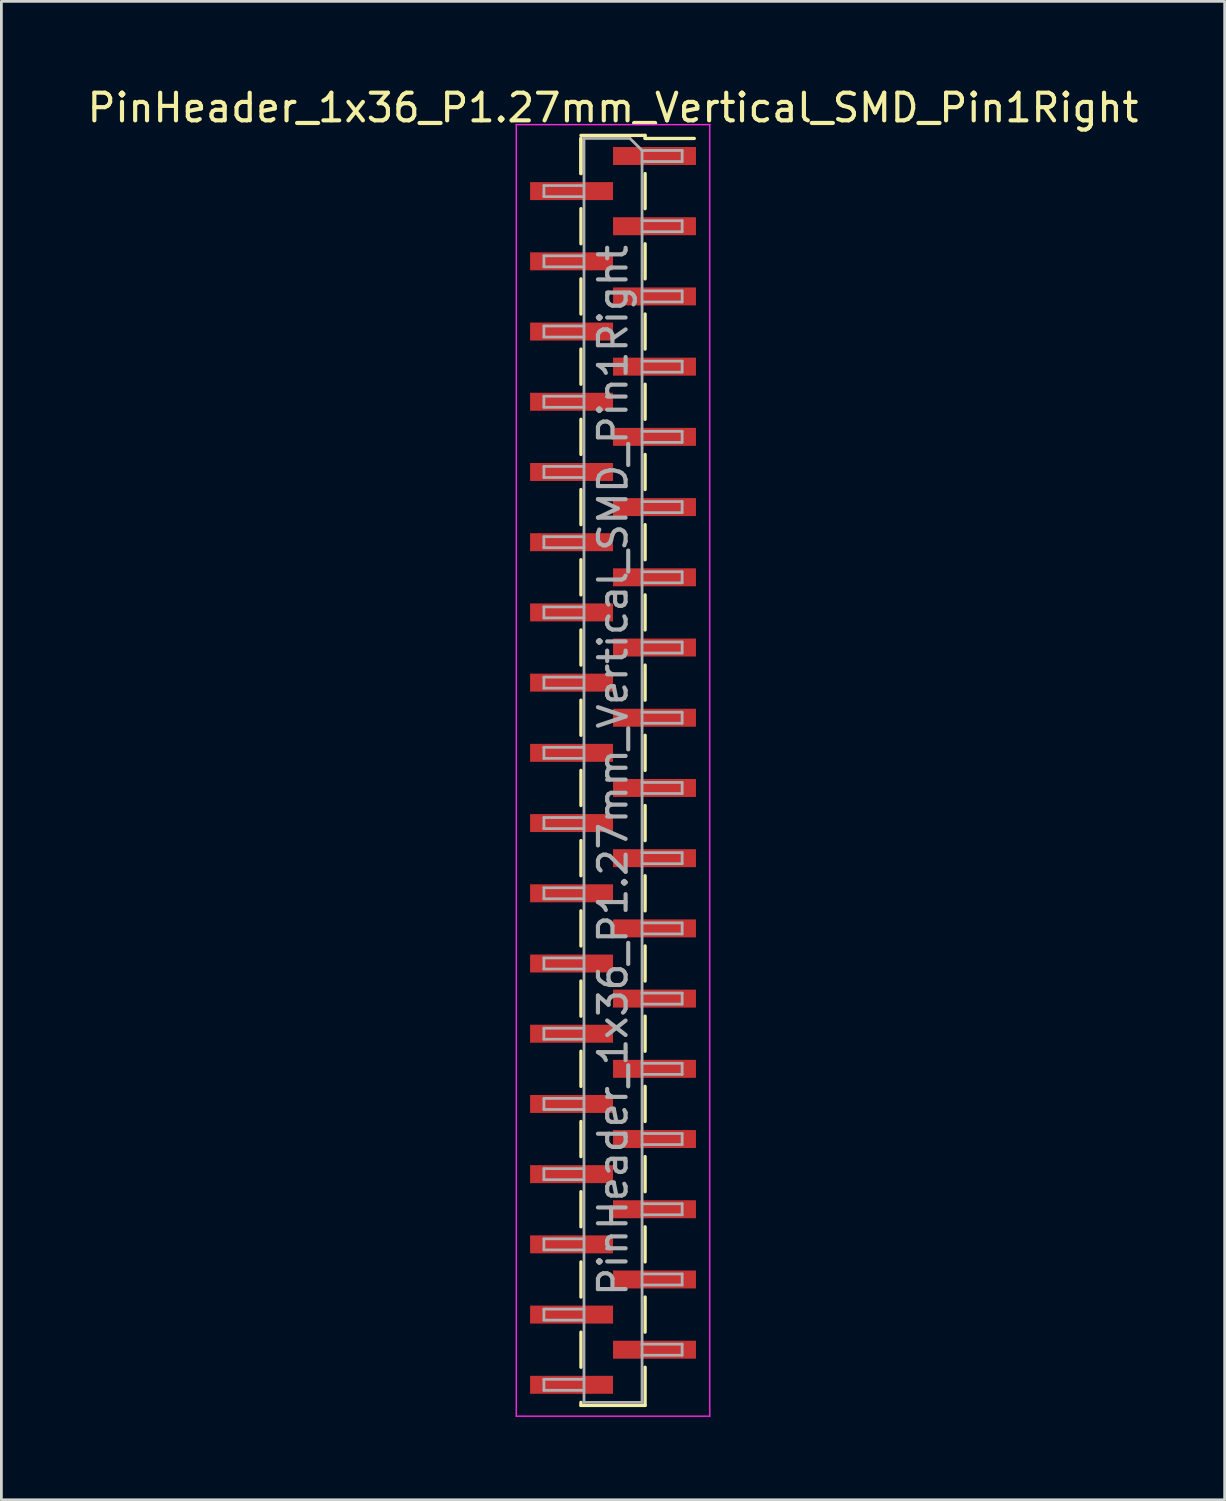
<source format=kicad_pcb>
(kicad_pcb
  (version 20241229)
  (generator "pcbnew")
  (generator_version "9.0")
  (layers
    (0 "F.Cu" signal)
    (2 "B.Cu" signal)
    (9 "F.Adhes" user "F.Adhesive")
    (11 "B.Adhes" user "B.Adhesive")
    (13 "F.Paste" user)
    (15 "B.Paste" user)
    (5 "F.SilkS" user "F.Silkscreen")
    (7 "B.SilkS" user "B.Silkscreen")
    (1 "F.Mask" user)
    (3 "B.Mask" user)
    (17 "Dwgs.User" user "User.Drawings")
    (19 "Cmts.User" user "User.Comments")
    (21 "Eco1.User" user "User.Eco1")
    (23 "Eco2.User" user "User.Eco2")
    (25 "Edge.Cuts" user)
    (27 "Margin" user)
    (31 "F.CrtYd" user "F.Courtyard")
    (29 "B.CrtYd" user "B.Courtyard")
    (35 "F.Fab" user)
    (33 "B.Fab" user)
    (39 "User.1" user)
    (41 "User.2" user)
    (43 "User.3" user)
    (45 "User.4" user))
  (footprint "PinHeader_1x36_P1.27mm_Vertical_SMD_Pin1Right"
    (layer "F.Cu")
    (at 19.125 24.818)
    (property "Reference" "PinHeader_1x36_P1.27mm_Vertical_SMD_Pin1Right" (at 0 -23.97 0) (layer "F.SilkS") (effects (font (size 1 1) (thickness 0.15))))
    (attr smd)
    (fp_line (start -1.16 -22.97) (end 1.16 -22.97) (stroke (width 0.12) (type solid)) (layer "F.SilkS"))
    (fp_line (start -1.16 -22.86) (end -1.16 -21.59) (stroke (width 0.12) (type solid)) (layer "F.SilkS"))
    (fp_line (start -1.16 -22.86) (end -1.16 -21.59) (stroke (width 0.12) (type solid)) (layer "F.SilkS"))
    (fp_line (start -1.16 -20.32) (end -1.16 -19.05) (stroke (width 0.12) (type solid)) (layer "F.SilkS"))
    (fp_line (start -1.16 -17.78) (end -1.16 -16.51) (stroke (width 0.12) (type solid)) (layer "F.SilkS"))
    (fp_line (start -1.16 -15.24) (end -1.16 -13.97) (stroke (width 0.12) (type solid)) (layer "F.SilkS"))
    (fp_line (start -1.16 -12.7) (end -1.16 -11.43) (stroke (width 0.12) (type solid)) (layer "F.SilkS"))
    (fp_line (start -1.16 -10.16) (end -1.16 -8.89) (stroke (width 0.12) (type solid)) (layer "F.SilkS"))
    (fp_line (start -1.16 -7.62) (end -1.16 -6.35) (stroke (width 0.12) (type solid)) (layer "F.SilkS"))
    (fp_line (start -1.16 -5.08) (end -1.16 -3.81) (stroke (width 0.12) (type solid)) (layer "F.SilkS"))
    (fp_line (start -1.16 -2.54) (end -1.16 -1.27) (stroke (width 0.12) (type solid)) (layer "F.SilkS"))
    (fp_line (start -1.16 0) (end -1.16 1.27) (stroke (width 0.12) (type solid)) (layer "F.SilkS"))
    (fp_line (start -1.16 2.54) (end -1.16 3.81) (stroke (width 0.12) (type solid)) (layer "F.SilkS"))
    (fp_line (start -1.16 5.08) (end -1.16 6.35) (stroke (width 0.12) (type solid)) (layer "F.SilkS"))
    (fp_line (start -1.16 7.62) (end -1.16 8.89) (stroke (width 0.12) (type solid)) (layer "F.SilkS"))
    (fp_line (start -1.16 10.16) (end -1.16 11.43) (stroke (width 0.12) (type solid)) (layer "F.SilkS"))
    (fp_line (start -1.16 12.7) (end -1.16 13.97) (stroke (width 0.12) (type solid)) (layer "F.SilkS"))
    (fp_line (start -1.16 15.24) (end -1.16 16.51) (stroke (width 0.12) (type solid)) (layer "F.SilkS"))
    (fp_line (start -1.16 17.78) (end -1.16 19.05) (stroke (width 0.12) (type solid)) (layer "F.SilkS"))
    (fp_line (start -1.16 20.32) (end -1.16 21.59) (stroke (width 0.12) (type solid)) (layer "F.SilkS"))
    (fp_line (start -1.16 22.86) (end -1.16 22.97) (stroke (width 0.12) (type solid)) (layer "F.SilkS"))
    (fp_line (start -1.16 22.97) (end 1.16 22.97) (stroke (width 0.12) (type solid)) (layer "F.SilkS"))
    (fp_line (start 1.16 -22.97) (end 1.16 -22.86) (stroke (width 0.12) (type solid)) (layer "F.SilkS"))
    (fp_line (start 1.16 -22.86) (end 2.94 -22.86) (stroke (width 0.12) (type solid)) (layer "F.SilkS"))
    (fp_line (start 1.16 -21.59) (end 1.16 -20.32) (stroke (width 0.12) (type solid)) (layer "F.SilkS"))
    (fp_line (start 1.16 -19.05) (end 1.16 -17.78) (stroke (width 0.12) (type solid)) (layer "F.SilkS"))
    (fp_line (start 1.16 -16.51) (end 1.16 -15.24) (stroke (width 0.12) (type solid)) (layer "F.SilkS"))
    (fp_line (start 1.16 -13.97) (end 1.16 -12.7) (stroke (width 0.12) (type solid)) (layer "F.SilkS"))
    (fp_line (start 1.16 -11.43) (end 1.16 -10.16) (stroke (width 0.12) (type solid)) (layer "F.SilkS"))
    (fp_line (start 1.16 -8.89) (end 1.16 -7.62) (stroke (width 0.12) (type solid)) (layer "F.SilkS"))
    (fp_line (start 1.16 -6.35) (end 1.16 -5.08) (stroke (width 0.12) (type solid)) (layer "F.SilkS"))
    (fp_line (start 1.16 -3.81) (end 1.16 -2.54) (stroke (width 0.12) (type solid)) (layer "F.SilkS"))
    (fp_line (start 1.16 -1.27) (end 1.16 0) (stroke (width 0.12) (type solid)) (layer "F.SilkS"))
    (fp_line (start 1.16 1.27) (end 1.16 2.54) (stroke (width 0.12) (type solid)) (layer "F.SilkS"))
    (fp_line (start 1.16 3.81) (end 1.16 5.08) (stroke (width 0.12) (type solid)) (layer "F.SilkS"))
    (fp_line (start 1.16 6.35) (end 1.16 7.62) (stroke (width 0.12) (type solid)) (layer "F.SilkS"))
    (fp_line (start 1.16 8.89) (end 1.16 10.16) (stroke (width 0.12) (type solid)) (layer "F.SilkS"))
    (fp_line (start 1.16 11.43) (end 1.16 12.7) (stroke (width 0.12) (type solid)) (layer "F.SilkS"))
    (fp_line (start 1.16 13.97) (end 1.16 15.24) (stroke (width 0.12) (type solid)) (layer "F.SilkS"))
    (fp_line (start 1.16 16.51) (end 1.16 17.78) (stroke (width 0.12) (type solid)) (layer "F.SilkS"))
    (fp_line (start 1.16 19.05) (end 1.16 20.32) (stroke (width 0.12) (type solid)) (layer "F.SilkS"))
    (fp_line (start 1.16 21.59) (end 1.16 22.97) (stroke (width 0.12) (type solid)) (layer "F.SilkS"))
    (fp_line (start -3.5 -23.36) (end -3.5 23.36) (stroke (width 0.05) (type solid)) (layer "F.CrtYd"))
    (fp_line (start -3.5 23.36) (end 3.5 23.36) (stroke (width 0.05) (type solid)) (layer "F.CrtYd"))
    (fp_line (start 3.5 -23.36) (end -3.5 -23.36) (stroke (width 0.05) (type solid)) (layer "F.CrtYd"))
    (fp_line (start 3.5 23.36) (end 3.5 -23.36) (stroke (width 0.05) (type solid)) (layer "F.CrtYd"))
    (fp_line (start -2.5 -21.155) (end -2.5 -20.755) (stroke (width 0.1) (type solid)) (layer "F.Fab"))
    (fp_line (start -2.5 -20.755) (end -1.05 -20.755) (stroke (width 0.1) (type solid)) (layer "F.Fab"))
    (fp_line (start -2.5 -18.615) (end -2.5 -18.215) (stroke (width 0.1) (type solid)) (layer "F.Fab"))
    (fp_line (start -2.5 -18.215) (end -1.05 -18.215) (stroke (width 0.1) (type solid)) (layer "F.Fab"))
    (fp_line (start -2.5 -16.075) (end -2.5 -15.675) (stroke (width 0.1) (type solid)) (layer "F.Fab"))
    (fp_line (start -2.5 -15.675) (end -1.05 -15.675) (stroke (width 0.1) (type solid)) (layer "F.Fab"))
    (fp_line (start -2.5 -13.535) (end -2.5 -13.135) (stroke (width 0.1) (type solid)) (layer "F.Fab"))
    (fp_line (start -2.5 -13.135) (end -1.05 -13.135) (stroke (width 0.1) (type solid)) (layer "F.Fab"))
    (fp_line (start -2.5 -10.995) (end -2.5 -10.595) (stroke (width 0.1) (type solid)) (layer "F.Fab"))
    (fp_line (start -2.5 -10.595) (end -1.05 -10.595) (stroke (width 0.1) (type solid)) (layer "F.Fab"))
    (fp_line (start -2.5 -8.455) (end -2.5 -8.055) (stroke (width 0.1) (type solid)) (layer "F.Fab"))
    (fp_line (start -2.5 -8.055) (end -1.05 -8.055) (stroke (width 0.1) (type solid)) (layer "F.Fab"))
    (fp_line (start -2.5 -5.915) (end -2.5 -5.515) (stroke (width 0.1) (type solid)) (layer "F.Fab"))
    (fp_line (start -2.5 -5.515) (end -1.05 -5.515) (stroke (width 0.1) (type solid)) (layer "F.Fab"))
    (fp_line (start -2.5 -3.375) (end -2.5 -2.975) (stroke (width 0.1) (type solid)) (layer "F.Fab"))
    (fp_line (start -2.5 -2.975) (end -1.05 -2.975) (stroke (width 0.1) (type solid)) (layer "F.Fab"))
    (fp_line (start -2.5 -0.835) (end -2.5 -0.435) (stroke (width 0.1) (type solid)) (layer "F.Fab"))
    (fp_line (start -2.5 -0.435) (end -1.05 -0.435) (stroke (width 0.1) (type solid)) (layer "F.Fab"))
    (fp_line (start -2.5 1.705) (end -2.5 2.105) (stroke (width 0.1) (type solid)) (layer "F.Fab"))
    (fp_line (start -2.5 2.105) (end -1.05 2.105) (stroke (width 0.1) (type solid)) (layer "F.Fab"))
    (fp_line (start -2.5 4.245) (end -2.5 4.645) (stroke (width 0.1) (type solid)) (layer "F.Fab"))
    (fp_line (start -2.5 4.645) (end -1.05 4.645) (stroke (width 0.1) (type solid)) (layer "F.Fab"))
    (fp_line (start -2.5 6.785) (end -2.5 7.185) (stroke (width 0.1) (type solid)) (layer "F.Fab"))
    (fp_line (start -2.5 7.185) (end -1.05 7.185) (stroke (width 0.1) (type solid)) (layer "F.Fab"))
    (fp_line (start -2.5 9.325) (end -2.5 9.725) (stroke (width 0.1) (type solid)) (layer "F.Fab"))
    (fp_line (start -2.5 9.725) (end -1.05 9.725) (stroke (width 0.1) (type solid)) (layer "F.Fab"))
    (fp_line (start -2.5 11.865) (end -2.5 12.265) (stroke (width 0.1) (type solid)) (layer "F.Fab"))
    (fp_line (start -2.5 12.265) (end -1.05 12.265) (stroke (width 0.1) (type solid)) (layer "F.Fab"))
    (fp_line (start -2.5 14.405) (end -2.5 14.805) (stroke (width 0.1) (type solid)) (layer "F.Fab"))
    (fp_line (start -2.5 14.805) (end -1.05 14.805) (stroke (width 0.1) (type solid)) (layer "F.Fab"))
    (fp_line (start -2.5 16.945) (end -2.5 17.345) (stroke (width 0.1) (type solid)) (layer "F.Fab"))
    (fp_line (start -2.5 17.345) (end -1.05 17.345) (stroke (width 0.1) (type solid)) (layer "F.Fab"))
    (fp_line (start -2.5 19.485) (end -2.5 19.885) (stroke (width 0.1) (type solid)) (layer "F.Fab"))
    (fp_line (start -2.5 19.885) (end -1.05 19.885) (stroke (width 0.1) (type solid)) (layer "F.Fab"))
    (fp_line (start -2.5 22.025) (end -2.5 22.425) (stroke (width 0.1) (type solid)) (layer "F.Fab"))
    (fp_line (start -2.5 22.425) (end -1.05 22.425) (stroke (width 0.1) (type solid)) (layer "F.Fab"))
    (fp_line (start -1.05 -22.86) (end -1.05 22.86) (stroke (width 0.1) (type solid)) (layer "F.Fab"))
    (fp_line (start -1.05 -22.86) (end 0.615 -22.86) (stroke (width 0.1) (type solid)) (layer "F.Fab"))
    (fp_line (start -1.05 -21.155) (end -2.5 -21.155) (stroke (width 0.1) (type solid)) (layer "F.Fab"))
    (fp_line (start -1.05 -18.615) (end -2.5 -18.615) (stroke (width 0.1) (type solid)) (layer "F.Fab"))
    (fp_line (start -1.05 -16.075) (end -2.5 -16.075) (stroke (width 0.1) (type solid)) (layer "F.Fab"))
    (fp_line (start -1.05 -13.535) (end -2.5 -13.535) (stroke (width 0.1) (type solid)) (layer "F.Fab"))
    (fp_line (start -1.05 -10.995) (end -2.5 -10.995) (stroke (width 0.1) (type solid)) (layer "F.Fab"))
    (fp_line (start -1.05 -8.455) (end -2.5 -8.455) (stroke (width 0.1) (type solid)) (layer "F.Fab"))
    (fp_line (start -1.05 -5.915) (end -2.5 -5.915) (stroke (width 0.1) (type solid)) (layer "F.Fab"))
    (fp_line (start -1.05 -3.375) (end -2.5 -3.375) (stroke (width 0.1) (type solid)) (layer "F.Fab"))
    (fp_line (start -1.05 -0.835) (end -2.5 -0.835) (stroke (width 0.1) (type solid)) (layer "F.Fab"))
    (fp_line (start -1.05 1.705) (end -2.5 1.705) (stroke (width 0.1) (type solid)) (layer "F.Fab"))
    (fp_line (start -1.05 4.245) (end -2.5 4.245) (stroke (width 0.1) (type solid)) (layer "F.Fab"))
    (fp_line (start -1.05 6.785) (end -2.5 6.785) (stroke (width 0.1) (type solid)) (layer "F.Fab"))
    (fp_line (start -1.05 9.325) (end -2.5 9.325) (stroke (width 0.1) (type solid)) (layer "F.Fab"))
    (fp_line (start -1.05 11.865) (end -2.5 11.865) (stroke (width 0.1) (type solid)) (layer "F.Fab"))
    (fp_line (start -1.05 14.405) (end -2.5 14.405) (stroke (width 0.1) (type solid)) (layer "F.Fab"))
    (fp_line (start -1.05 16.945) (end -2.5 16.945) (stroke (width 0.1) (type solid)) (layer "F.Fab"))
    (fp_line (start -1.05 19.485) (end -2.5 19.485) (stroke (width 0.1) (type solid)) (layer "F.Fab"))
    (fp_line (start -1.05 22.025) (end -2.5 22.025) (stroke (width 0.1) (type solid)) (layer "F.Fab"))
    (fp_line (start 1.05 -22.425) (end 0.615 -22.86) (stroke (width 0.1) (type solid)) (layer "F.Fab"))
    (fp_line (start 1.05 -22.425) (end 2.5 -22.425) (stroke (width 0.1) (type solid)) (layer "F.Fab"))
    (fp_line (start 1.05 -19.885) (end 2.5 -19.885) (stroke (width 0.1) (type solid)) (layer "F.Fab"))
    (fp_line (start 1.05 -17.345) (end 2.5 -17.345) (stroke (width 0.1) (type solid)) (layer "F.Fab"))
    (fp_line (start 1.05 -14.805) (end 2.5 -14.805) (stroke (width 0.1) (type solid)) (layer "F.Fab"))
    (fp_line (start 1.05 -12.265) (end 2.5 -12.265) (stroke (width 0.1) (type solid)) (layer "F.Fab"))
    (fp_line (start 1.05 -9.725) (end 2.5 -9.725) (stroke (width 0.1) (type solid)) (layer "F.Fab"))
    (fp_line (start 1.05 -7.185) (end 2.5 -7.185) (stroke (width 0.1) (type solid)) (layer "F.Fab"))
    (fp_line (start 1.05 -4.645) (end 2.5 -4.645) (stroke (width 0.1) (type solid)) (layer "F.Fab"))
    (fp_line (start 1.05 -2.105) (end 2.5 -2.105) (stroke (width 0.1) (type solid)) (layer "F.Fab"))
    (fp_line (start 1.05 0.435) (end 2.5 0.435) (stroke (width 0.1) (type solid)) (layer "F.Fab"))
    (fp_line (start 1.05 2.975) (end 2.5 2.975) (stroke (width 0.1) (type solid)) (layer "F.Fab"))
    (fp_line (start 1.05 5.515) (end 2.5 5.515) (stroke (width 0.1) (type solid)) (layer "F.Fab"))
    (fp_line (start 1.05 8.055) (end 2.5 8.055) (stroke (width 0.1) (type solid)) (layer "F.Fab"))
    (fp_line (start 1.05 10.595) (end 2.5 10.595) (stroke (width 0.1) (type solid)) (layer "F.Fab"))
    (fp_line (start 1.05 13.135) (end 2.5 13.135) (stroke (width 0.1) (type solid)) (layer "F.Fab"))
    (fp_line (start 1.05 15.675) (end 2.5 15.675) (stroke (width 0.1) (type solid)) (layer "F.Fab"))
    (fp_line (start 1.05 18.215) (end 2.5 18.215) (stroke (width 0.1) (type solid)) (layer "F.Fab"))
    (fp_line (start 1.05 20.755) (end 2.5 20.755) (stroke (width 0.1) (type solid)) (layer "F.Fab"))
    (fp_line (start 1.05 22.86) (end -1.05 22.86) (stroke (width 0.1) (type solid)) (layer "F.Fab"))
    (fp_line (start 1.05 22.86) (end 1.05 -22.425) (stroke (width 0.1) (type solid)) (layer "F.Fab"))
    (fp_line (start 2.5 -22.425) (end 2.5 -22.025) (stroke (width 0.1) (type solid)) (layer "F.Fab"))
    (fp_line (start 2.5 -22.025) (end 1.05 -22.025) (stroke (width 0.1) (type solid)) (layer "F.Fab"))
    (fp_line (start 2.5 -19.885) (end 2.5 -19.485) (stroke (width 0.1) (type solid)) (layer "F.Fab"))
    (fp_line (start 2.5 -19.485) (end 1.05 -19.485) (stroke (width 0.1) (type solid)) (layer "F.Fab"))
    (fp_line (start 2.5 -17.345) (end 2.5 -16.945) (stroke (width 0.1) (type solid)) (layer "F.Fab"))
    (fp_line (start 2.5 -16.945) (end 1.05 -16.945) (stroke (width 0.1) (type solid)) (layer "F.Fab"))
    (fp_line (start 2.5 -14.805) (end 2.5 -14.405) (stroke (width 0.1) (type solid)) (layer "F.Fab"))
    (fp_line (start 2.5 -14.405) (end 1.05 -14.405) (stroke (width 0.1) (type solid)) (layer "F.Fab"))
    (fp_line (start 2.5 -12.265) (end 2.5 -11.865) (stroke (width 0.1) (type solid)) (layer "F.Fab"))
    (fp_line (start 2.5 -11.865) (end 1.05 -11.865) (stroke (width 0.1) (type solid)) (layer "F.Fab"))
    (fp_line (start 2.5 -9.725) (end 2.5 -9.325) (stroke (width 0.1) (type solid)) (layer "F.Fab"))
    (fp_line (start 2.5 -9.325) (end 1.05 -9.325) (stroke (width 0.1) (type solid)) (layer "F.Fab"))
    (fp_line (start 2.5 -7.185) (end 2.5 -6.785) (stroke (width 0.1) (type solid)) (layer "F.Fab"))
    (fp_line (start 2.5 -6.785) (end 1.05 -6.785) (stroke (width 0.1) (type solid)) (layer "F.Fab"))
    (fp_line (start 2.5 -4.645) (end 2.5 -4.245) (stroke (width 0.1) (type solid)) (layer "F.Fab"))
    (fp_line (start 2.5 -4.245) (end 1.05 -4.245) (stroke (width 0.1) (type solid)) (layer "F.Fab"))
    (fp_line (start 2.5 -2.105) (end 2.5 -1.705) (stroke (width 0.1) (type solid)) (layer "F.Fab"))
    (fp_line (start 2.5 -1.705) (end 1.05 -1.705) (stroke (width 0.1) (type solid)) (layer "F.Fab"))
    (fp_line (start 2.5 0.435) (end 2.5 0.835) (stroke (width 0.1) (type solid)) (layer "F.Fab"))
    (fp_line (start 2.5 0.835) (end 1.05 0.835) (stroke (width 0.1) (type solid)) (layer "F.Fab"))
    (fp_line (start 2.5 2.975) (end 2.5 3.375) (stroke (width 0.1) (type solid)) (layer "F.Fab"))
    (fp_line (start 2.5 3.375) (end 1.05 3.375) (stroke (width 0.1) (type solid)) (layer "F.Fab"))
    (fp_line (start 2.5 5.515) (end 2.5 5.915) (stroke (width 0.1) (type solid)) (layer "F.Fab"))
    (fp_line (start 2.5 5.915) (end 1.05 5.915) (stroke (width 0.1) (type solid)) (layer "F.Fab"))
    (fp_line (start 2.5 8.055) (end 2.5 8.455) (stroke (width 0.1) (type solid)) (layer "F.Fab"))
    (fp_line (start 2.5 8.455) (end 1.05 8.455) (stroke (width 0.1) (type solid)) (layer "F.Fab"))
    (fp_line (start 2.5 10.595) (end 2.5 10.995) (stroke (width 0.1) (type solid)) (layer "F.Fab"))
    (fp_line (start 2.5 10.995) (end 1.05 10.995) (stroke (width 0.1) (type solid)) (layer "F.Fab"))
    (fp_line (start 2.5 13.135) (end 2.5 13.535) (stroke (width 0.1) (type solid)) (layer "F.Fab"))
    (fp_line (start 2.5 13.535) (end 1.05 13.535) (stroke (width 0.1) (type solid)) (layer "F.Fab"))
    (fp_line (start 2.5 15.675) (end 2.5 16.075) (stroke (width 0.1) (type solid)) (layer "F.Fab"))
    (fp_line (start 2.5 16.075) (end 1.05 16.075) (stroke (width 0.1) (type solid)) (layer "F.Fab"))
    (fp_line (start 2.5 18.215) (end 2.5 18.615) (stroke (width 0.1) (type solid)) (layer "F.Fab"))
    (fp_line (start 2.5 18.615) (end 1.05 18.615) (stroke (width 0.1) (type solid)) (layer "F.Fab"))
    (fp_line (start 2.5 20.755) (end 2.5 21.155) (stroke (width 0.1) (type solid)) (layer "F.Fab"))
    (fp_line (start 2.5 21.155) (end 1.05 21.155) (stroke (width 0.1) (type solid)) (layer "F.Fab"))
    (fp_text user "${REFERENCE}" (at 0 0 90) (layer "F.Fab") (effects (font (size 1 1) (thickness 0.15))))
    (pad "1" smd rect (at 1.5 -22.225) (size 3 0.65) (layers "F.Cu" "F.Mask" "F.Paste"))
    (pad "2" smd rect (at -1.5 -20.955) (size 3 0.65) (layers "F.Cu" "F.Mask" "F.Paste"))
    (pad "3" smd rect (at 1.5 -19.685) (size 3 0.65) (layers "F.Cu" "F.Mask" "F.Paste"))
    (pad "4" smd rect (at -1.5 -18.415) (size 3 0.65) (layers "F.Cu" "F.Mask" "F.Paste"))
    (pad "5" smd rect (at 1.5 -17.145) (size 3 0.65) (layers "F.Cu" "F.Mask" "F.Paste"))
    (pad "6" smd rect (at -1.5 -15.875) (size 3 0.65) (layers "F.Cu" "F.Mask" "F.Paste"))
    (pad "7" smd rect (at 1.5 -14.605) (size 3 0.65) (layers "F.Cu" "F.Mask" "F.Paste"))
    (pad "8" smd rect (at -1.5 -13.335) (size 3 0.65) (layers "F.Cu" "F.Mask" "F.Paste"))
    (pad "9" smd rect (at 1.5 -12.065) (size 3 0.65) (layers "F.Cu" "F.Mask" "F.Paste"))
    (pad "10" smd rect (at -1.5 -10.795) (size 3 0.65) (layers "F.Cu" "F.Mask" "F.Paste"))
    (pad "11" smd rect (at 1.5 -9.525) (size 3 0.65) (layers "F.Cu" "F.Mask" "F.Paste"))
    (pad "12" smd rect (at -1.5 -8.255) (size 3 0.65) (layers "F.Cu" "F.Mask" "F.Paste"))
    (pad "13" smd rect (at 1.5 -6.985) (size 3 0.65) (layers "F.Cu" "F.Mask" "F.Paste"))
    (pad "14" smd rect (at -1.5 -5.715) (size 3 0.65) (layers "F.Cu" "F.Mask" "F.Paste"))
    (pad "15" smd rect (at 1.5 -4.445) (size 3 0.65) (layers "F.Cu" "F.Mask" "F.Paste"))
    (pad "16" smd rect (at -1.5 -3.175) (size 3 0.65) (layers "F.Cu" "F.Mask" "F.Paste"))
    (pad "17" smd rect (at 1.5 -1.905) (size 3 0.65) (layers "F.Cu" "F.Mask" "F.Paste"))
    (pad "18" smd rect (at -1.5 -0.635) (size 3 0.65) (layers "F.Cu" "F.Mask" "F.Paste"))
    (pad "19" smd rect (at 1.5 0.635) (size 3 0.65) (layers "F.Cu" "F.Mask" "F.Paste"))
    (pad "20" smd rect (at -1.5 1.905) (size 3 0.65) (layers "F.Cu" "F.Mask" "F.Paste"))
    (pad "21" smd rect (at 1.5 3.175) (size 3 0.65) (layers "F.Cu" "F.Mask" "F.Paste"))
    (pad "22" smd rect (at -1.5 4.445) (size 3 0.65) (layers "F.Cu" "F.Mask" "F.Paste"))
    (pad "23" smd rect (at 1.5 5.715) (size 3 0.65) (layers "F.Cu" "F.Mask" "F.Paste"))
    (pad "24" smd rect (at -1.5 6.985) (size 3 0.65) (layers "F.Cu" "F.Mask" "F.Paste"))
    (pad "25" smd rect (at 1.5 8.255) (size 3 0.65) (layers "F.Cu" "F.Mask" "F.Paste"))
    (pad "26" smd rect (at -1.5 9.525) (size 3 0.65) (layers "F.Cu" "F.Mask" "F.Paste"))
    (pad "27" smd rect (at 1.5 10.795) (size 3 0.65) (layers "F.Cu" "F.Mask" "F.Paste"))
    (pad "28" smd rect (at -1.5 12.065) (size 3 0.65) (layers "F.Cu" "F.Mask" "F.Paste"))
    (pad "29" smd rect (at 1.5 13.335) (size 3 0.65) (layers "F.Cu" "F.Mask" "F.Paste"))
    (pad "30" smd rect (at -1.5 14.605) (size 3 0.65) (layers "F.Cu" "F.Mask" "F.Paste"))
    (pad "31" smd rect (at 1.5 15.875) (size 3 0.65) (layers "F.Cu" "F.Mask" "F.Paste"))
    (pad "32" smd rect (at -1.5 17.145) (size 3 0.65) (layers "F.Cu" "F.Mask" "F.Paste"))
    (pad "33" smd rect (at 1.5 18.415) (size 3 0.65) (layers "F.Cu" "F.Mask" "F.Paste"))
    (pad "34" smd rect (at -1.5 19.685) (size 3 0.65) (layers "F.Cu" "F.Mask" "F.Paste"))
    (pad "35" smd rect (at 1.5 20.955) (size 3 0.65) (layers "F.Cu" "F.Mask" "F.Paste"))
    (pad "36" smd rect (at -1.5 22.225) (size 3 0.65) (layers "F.Cu" "F.Mask" "F.Paste")))
  (gr_rect
    (start -3 -3)
    (end 41.25 51.203)
    (stroke (width 0.1) (type default))
    (fill no)
    (layer "Edge.Cuts")))
</source>
